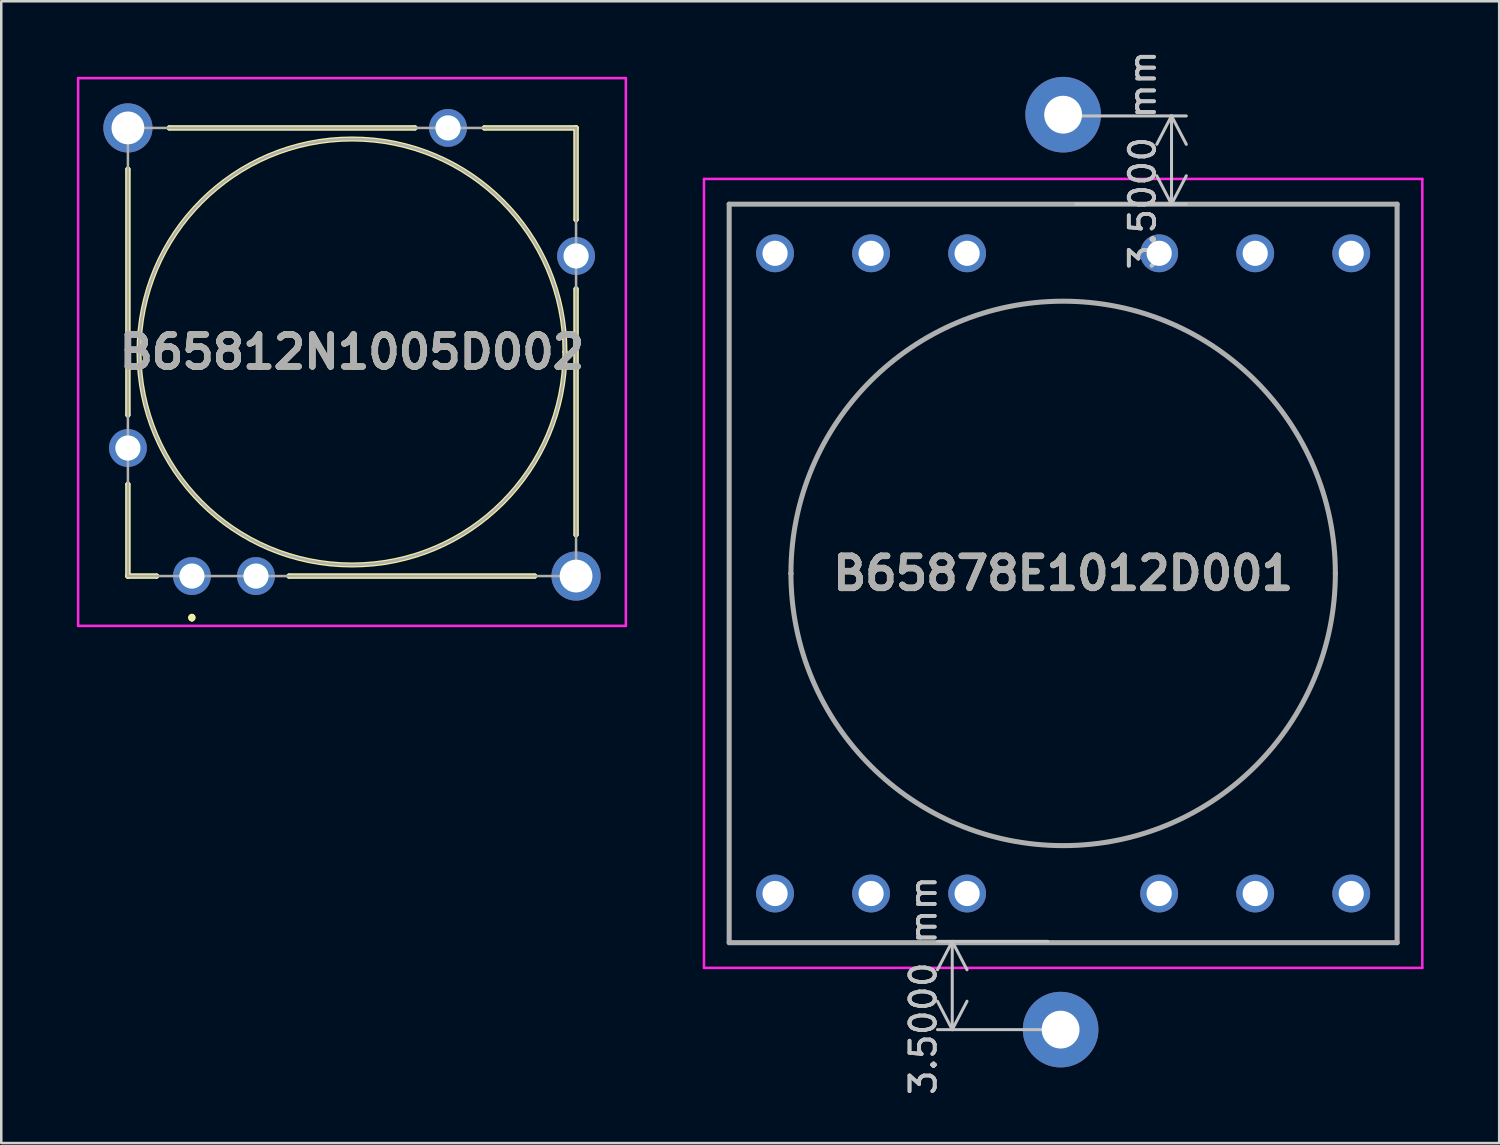
<source format=kicad_pcb>
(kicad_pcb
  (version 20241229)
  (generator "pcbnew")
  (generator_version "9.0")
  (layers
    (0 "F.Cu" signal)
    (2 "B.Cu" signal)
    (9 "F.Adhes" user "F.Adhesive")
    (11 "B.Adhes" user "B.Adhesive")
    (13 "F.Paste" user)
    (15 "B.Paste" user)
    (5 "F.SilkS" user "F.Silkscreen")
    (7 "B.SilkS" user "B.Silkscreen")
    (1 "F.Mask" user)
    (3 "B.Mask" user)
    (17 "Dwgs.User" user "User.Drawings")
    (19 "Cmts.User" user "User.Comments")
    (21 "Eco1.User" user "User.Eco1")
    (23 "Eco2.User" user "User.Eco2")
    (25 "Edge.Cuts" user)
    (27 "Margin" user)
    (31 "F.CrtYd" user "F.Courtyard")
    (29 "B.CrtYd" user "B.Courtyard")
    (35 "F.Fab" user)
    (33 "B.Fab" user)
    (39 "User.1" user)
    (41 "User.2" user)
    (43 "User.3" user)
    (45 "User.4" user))
  (footprint "B65878E1012D001"
    (layer "F.Cu")
    (at 39.13 19.7)
    (property "Reference" "B65878E1012D001" (at 0 0 0) (layer "F.SilkS") (effects (font (size 1.27 1.27) (thickness 0.254))))
    (attr through_hole)
    (fp_line (start -13.25 -14.65) (end 13.25 -14.65) (stroke (width 0.1) (type solid)) (layer "F.SilkS"))
    (fp_line (start -13.25 14.65) (end -13.25 -14.65) (stroke (width 0.1) (type solid)) (layer "F.SilkS"))
    (fp_line (start 13.25 -14.65) (end 13.25 14.65) (stroke (width 0.1) (type solid)) (layer "F.SilkS"))
    (fp_line (start 13.25 14.65) (end -13.25 14.65) (stroke (width 0.1) (type solid)) (layer "F.SilkS"))
    (fp_line (start -14.25 -15.65) (end 14.25 -15.65) (stroke (width 0.1) (type solid)) (layer "F.CrtYd"))
    (fp_line (start -14.25 15.65) (end -14.25 -15.65) (stroke (width 0.1) (type solid)) (layer "F.CrtYd"))
    (fp_line (start 14.25 -15.65) (end 14.25 15.65) (stroke (width 0.1) (type solid)) (layer "F.CrtYd"))
    (fp_line (start 14.25 15.65) (end -14.25 15.65) (stroke (width 0.1) (type solid)) (layer "F.CrtYd"))
    (fp_line (start -13.25 -14.65) (end 13.25 -14.65) (stroke (width 0.2) (type solid)) (layer "F.Fab"))
    (fp_line (start -13.25 14.65) (end -13.25 -14.65) (stroke (width 0.2) (type solid)) (layer "F.Fab"))
    (fp_line (start -10.8 0) (end -10.8 0) (stroke (width 0.2) (type solid)) (layer "F.Fab"))
    (fp_line (start 10.8 0) (end 10.8 0) (stroke (width 0.2) (type solid)) (layer "F.Fab"))
    (fp_line (start 13.25 -14.65) (end 13.25 14.65) (stroke (width 0.2) (type solid)) (layer "F.Fab"))
    (fp_line (start 13.25 14.65) (end -13.25 14.65) (stroke (width 0.2) (type solid)) (layer "F.Fab"))
    (fp_arc (start -10.8 0) (mid 0 -10.8) (end 10.8 0) (stroke (width 0.2) (type solid)) (layer "F.Fab"))
    (fp_arc (start 10.8 0) (mid 0 10.8) (end -10.8 0) (stroke (width 0.2) (type solid)) (layer "F.Fab"))
    (fp_text user "${REFERENCE}" (at 0 0 0) (layer "F.Fab") (effects (font (size 1.27 1.27) (thickness 0.254))))
    (dimension (type aligned) (layer "Dwgs.User") (pts (xy 39.03 34.3) (xy 39.03 37.8)) (height 4.3) (format (prefix "") (suffix "") (units 3) (units_format 1) (precision 4)) (style (thickness 0.12) (arrow_length 1.27) (text_position_mode 0) (arrow_direction outward) (extension_height 0.586) (extension_offset 0.5) (keep_text_aligned yes)) (gr_text "3.5000 mm" (at 33.58 36.05 90) (layer "Dwgs.User") (effects (font (size 1 1) (thickness 0.15)))))
    (dimension (type aligned) (layer "Dwgs.User") (pts (xy 39.13 5.05) (xy 39.13 1.55)) (height 4.3) (format (prefix "") (suffix "") (units 3) (units_format 1) (precision 4)) (style (thickness 0.12) (arrow_length 1.27) (text_position_mode 0) (arrow_direction outward) (extension_height 0.586) (extension_offset 0.5) (keep_text_aligned yes)) (gr_text "3.5000 mm" (at 42.28 3.3 90) (layer "Dwgs.User") (effects (font (size 1 1) (thickness 0.15)))))
    (pad "1" thru_hole circle (at -11.43 12.7) (size 1.5 1.5) (drill 1) (layers "*.Cu" "*.Mask"))
    (pad "2" thru_hole circle (at -7.62 12.7) (size 1.5 1.5) (drill 1) (layers "*.Cu" "*.Mask"))
    (pad "3" thru_hole circle (at -3.81 12.7) (size 1.5 1.5) (drill 1) (layers "*.Cu" "*.Mask"))
    (pad "4" thru_hole circle (at 3.81 12.7) (size 1.5 1.5) (drill 1) (layers "*.Cu" "*.Mask"))
    (pad "5" thru_hole circle (at 7.62 12.7) (size 1.5 1.5) (drill 1) (layers "*.Cu" "*.Mask"))
    (pad "6" thru_hole circle (at 11.43 12.7) (size 1.5 1.5) (drill 1) (layers "*.Cu" "*.Mask"))
    (pad "7" thru_hole circle (at 11.43 -12.7) (size 1.5 1.5) (drill 1) (layers "*.Cu" "*.Mask"))
    (pad "8" thru_hole circle (at 7.62 -12.7) (size 1.5 1.5) (drill 1) (layers "*.Cu" "*.Mask"))
    (pad "9" thru_hole circle (at 3.81 -12.7) (size 1.5 1.5) (drill 1) (layers "*.Cu" "*.Mask"))
    (pad "10" thru_hole circle (at -3.81 -12.7) (size 1.5 1.5) (drill 1) (layers "*.Cu" "*.Mask"))
    (pad "11" thru_hole circle (at -7.62 -12.7) (size 1.5 1.5) (drill 1) (layers "*.Cu" "*.Mask"))
    (pad "12" thru_hole circle (at -11.43 -12.7) (size 1.5 1.5) (drill 1) (layers "*.Cu" "*.Mask"))
    (pad "A" thru_hole circle (at 0 -18.2) (size 3 3) (drill 1.5) (layers "*.Cu" "*.Mask"))
    (pad "B" thru_hole circle (at -0.1 18.1 180) (size 3 3) (drill 1.5) (layers "*.Cu" "*.Mask")))
  (footprint "B65812N1005D002"
    (layer "F.Cu")
    (at 4.565 19.805)
    (property "Reference" "B65812N1005D002" (at 6.35 -8.89 0) (layer "F.SilkS") (effects (font (size 1.27 1.27) (thickness 0.254))))
    (attr through_hole)
    (fp_line (start -2.54 -16.14) (end -2.54 -16.14) (stroke (width 0.2) (type solid)) (layer "F.SilkS"))
    (fp_line (start -2.54 -16.14) (end -2.54 -6.39) (stroke (width 0.2) (type solid)) (layer "F.SilkS"))
    (fp_line (start -2.54 -6.39) (end -2.54 -16.14) (stroke (width 0.2) (type solid)) (layer "F.SilkS"))
    (fp_line (start -2.54 -6.39) (end -2.54 -6.39) (stroke (width 0.2) (type solid)) (layer "F.SilkS"))
    (fp_line (start -2.54 -3.64) (end -2.54 -3.64) (stroke (width 0.2) (type solid)) (layer "F.SilkS"))
    (fp_line (start -2.54 -3.64) (end -2.54 0) (stroke (width 0.2) (type solid)) (layer "F.SilkS"))
    (fp_line (start -2.54 0) (end -2.54 -3.64) (stroke (width 0.2) (type solid)) (layer "F.SilkS"))
    (fp_line (start -2.54 0) (end -2.54 0) (stroke (width 0.2) (type solid)) (layer "F.SilkS"))
    (fp_line (start -2.54 0) (end -2.54 0) (stroke (width 0.2) (type solid)) (layer "F.SilkS"))
    (fp_line (start -2.54 0) (end -1.4 0) (stroke (width 0.2) (type solid)) (layer "F.SilkS"))
    (fp_line (start -2.1 -8.89) (end -2.1 -8.89) (stroke (width 0.2) (type solid)) (layer "F.SilkS"))
    (fp_line (start -1.4 0) (end -2.54 0) (stroke (width 0.2) (type solid)) (layer "F.SilkS"))
    (fp_line (start -1.4 0) (end -1.4 0) (stroke (width 0.2) (type solid)) (layer "F.SilkS"))
    (fp_line (start -0.9 -17.78) (end -0.9 -17.78) (stroke (width 0.2) (type solid)) (layer "F.SilkS"))
    (fp_line (start -0.9 -17.78) (end 8.85 -17.78) (stroke (width 0.2) (type solid)) (layer "F.SilkS"))
    (fp_line (start 0 1.6) (end 0 1.6) (stroke (width 0.2) (type solid)) (layer "F.SilkS"))
    (fp_line (start 0 1.6) (end 0 1.6) (stroke (width 0.2) (type solid)) (layer "F.SilkS"))
    (fp_line (start 0 1.7) (end 0 1.7) (stroke (width 0.2) (type solid)) (layer "F.SilkS"))
    (fp_line (start 3.85 0) (end 3.85 0) (stroke (width 0.2) (type solid)) (layer "F.SilkS"))
    (fp_line (start 3.85 0) (end 13.6 0) (stroke (width 0.2) (type solid)) (layer "F.SilkS"))
    (fp_line (start 8.85 -17.78) (end -0.9 -17.78) (stroke (width 0.2) (type solid)) (layer "F.SilkS"))
    (fp_line (start 8.85 -17.78) (end 8.85 -17.78) (stroke (width 0.2) (type solid)) (layer "F.SilkS"))
    (fp_line (start 11.6 -17.78) (end 11.6 -17.78) (stroke (width 0.2) (type solid)) (layer "F.SilkS"))
    (fp_line (start 11.6 -17.78) (end 15.24 -17.78) (stroke (width 0.2) (type solid)) (layer "F.SilkS"))
    (fp_line (start 13.6 0) (end 3.85 0) (stroke (width 0.2) (type solid)) (layer "F.SilkS"))
    (fp_line (start 13.6 0) (end 13.6 0) (stroke (width 0.2) (type solid)) (layer "F.SilkS"))
    (fp_line (start 14.8 -8.89) (end 14.8 -8.89) (stroke (width 0.2) (type solid)) (layer "F.SilkS"))
    (fp_line (start 15.24 -17.78) (end 11.6 -17.78) (stroke (width 0.2) (type solid)) (layer "F.SilkS"))
    (fp_line (start 15.24 -17.78) (end 15.24 -17.78) (stroke (width 0.2) (type solid)) (layer "F.SilkS"))
    (fp_line (start 15.24 -17.78) (end 15.24 -17.78) (stroke (width 0.2) (type solid)) (layer "F.SilkS"))
    (fp_line (start 15.24 -17.78) (end 15.24 -14.14) (stroke (width 0.2) (type solid)) (layer "F.SilkS"))
    (fp_line (start 15.24 -14.14) (end 15.24 -17.78) (stroke (width 0.2) (type solid)) (layer "F.SilkS"))
    (fp_line (start 15.24 -14.14) (end 15.24 -14.14) (stroke (width 0.2) (type solid)) (layer "F.SilkS"))
    (fp_line (start 15.24 -11.39) (end 15.24 -11.39) (stroke (width 0.2) (type solid)) (layer "F.SilkS"))
    (fp_line (start 15.24 -11.39) (end 15.24 -1.64) (stroke (width 0.2) (type solid)) (layer "F.SilkS"))
    (fp_line (start 15.24 -1.64) (end 15.24 -11.39) (stroke (width 0.2) (type solid)) (layer "F.SilkS"))
    (fp_line (start 15.24 -1.64) (end 15.24 -1.64) (stroke (width 0.2) (type solid)) (layer "F.SilkS"))
    (fp_arc (start -2.1 -8.89) (mid 6.35 -17.34) (end 14.8 -8.89) (stroke (width 0.2) (type solid)) (layer "F.SilkS"))
    (fp_arc (start 0 1.6) (mid 0.05 1.65) (end 0 1.7) (stroke (width 0.2) (type solid)) (layer "F.SilkS"))
    (fp_arc (start 0 1.7) (mid -0.05 1.65) (end 0 1.6) (stroke (width 0.2) (type solid)) (layer "F.SilkS"))
    (fp_arc (start 0 1.7) (mid -0.05 1.65) (end 0 1.6) (stroke (width 0.2) (type solid)) (layer "F.SilkS"))
    (fp_arc (start 14.8 -8.89) (mid 6.35 -0.44) (end -2.1 -8.89) (stroke (width 0.2) (type solid)) (layer "F.SilkS"))
    (fp_line (start -4.515 -19.755) (end -4.515 1.975) (stroke (width 0.1) (type solid)) (layer "F.CrtYd"))
    (fp_line (start -4.515 1.975) (end 17.215 1.975) (stroke (width 0.1) (type solid)) (layer "F.CrtYd"))
    (fp_line (start 17.215 -19.755) (end -4.515 -19.755) (stroke (width 0.1) (type solid)) (layer "F.CrtYd"))
    (fp_line (start 17.215 1.975) (end 17.215 -19.755) (stroke (width 0.1) (type solid)) (layer "F.CrtYd"))
    (fp_line (start -2.54 -17.78) (end 15.24 -17.78) (stroke (width 0.1) (type solid)) (layer "F.Fab"))
    (fp_line (start -2.54 0) (end -2.54 -17.78) (stroke (width 0.1) (type solid)) (layer "F.Fab"))
    (fp_line (start -2.1 -8.89) (end -2.1 -8.89) (stroke (width 0.1) (type solid)) (layer "F.Fab"))
    (fp_line (start 14.8 -8.89) (end 14.8 -8.89) (stroke (width 0.1) (type solid)) (layer "F.Fab"))
    (fp_line (start 15.24 -17.78) (end 15.24 0) (stroke (width 0.1) (type solid)) (layer "F.Fab"))
    (fp_line (start 15.24 0) (end -2.54 0) (stroke (width 0.1) (type solid)) (layer "F.Fab"))
    (fp_arc (start -2.1 -8.89) (mid 6.35 -17.34) (end 14.8 -8.89) (stroke (width 0.1) (type solid)) (layer "F.Fab"))
    (fp_arc (start 14.8 -8.89) (mid 6.35 -0.44) (end -2.1 -8.89) (stroke (width 0.1) (type solid)) (layer "F.Fab"))
    (fp_text user "${REFERENCE}" (at 6.35 -8.89 0) (layer "F.Fab") (effects (font (size 1.27 1.27) (thickness 0.254))))
    (pad "1" thru_hole circle (at 0 0) (size 1.5 1.5) (drill 1) (layers "*.Cu" "*.Mask"))
    (pad "2" thru_hole circle (at 2.54 0) (size 1.5 1.5) (drill 1) (layers "*.Cu" "*.Mask"))
    (pad "5" thru_hole circle (at 15.24 -12.7) (size 1.5 1.5) (drill 1) (layers "*.Cu" "*.Mask"))
    (pad "8" thru_hole circle (at 10.16 -17.78) (size 1.5 1.5) (drill 1) (layers "*.Cu" "*.Mask"))
    (pad "11" thru_hole circle (at -2.54 -5.08) (size 1.5 1.5) (drill 1) (layers "*.Cu" "*.Mask"))
    (pad "G1" thru_hole circle (at 15.24 0) (size 1.95 1.95) (drill 1.3) (layers "*.Cu" "*.Mask"))
    (pad "G2" thru_hole circle (at -2.54 -17.78) (size 1.95 1.95) (drill 1.3) (layers "*.Cu" "*.Mask")))
  (gr_rect
    (start -3 -3)
    (end 56.43 42.3)
    (stroke (width 0.1) (type default))
    (fill no)
    (layer "Edge.Cuts")))
</source>
